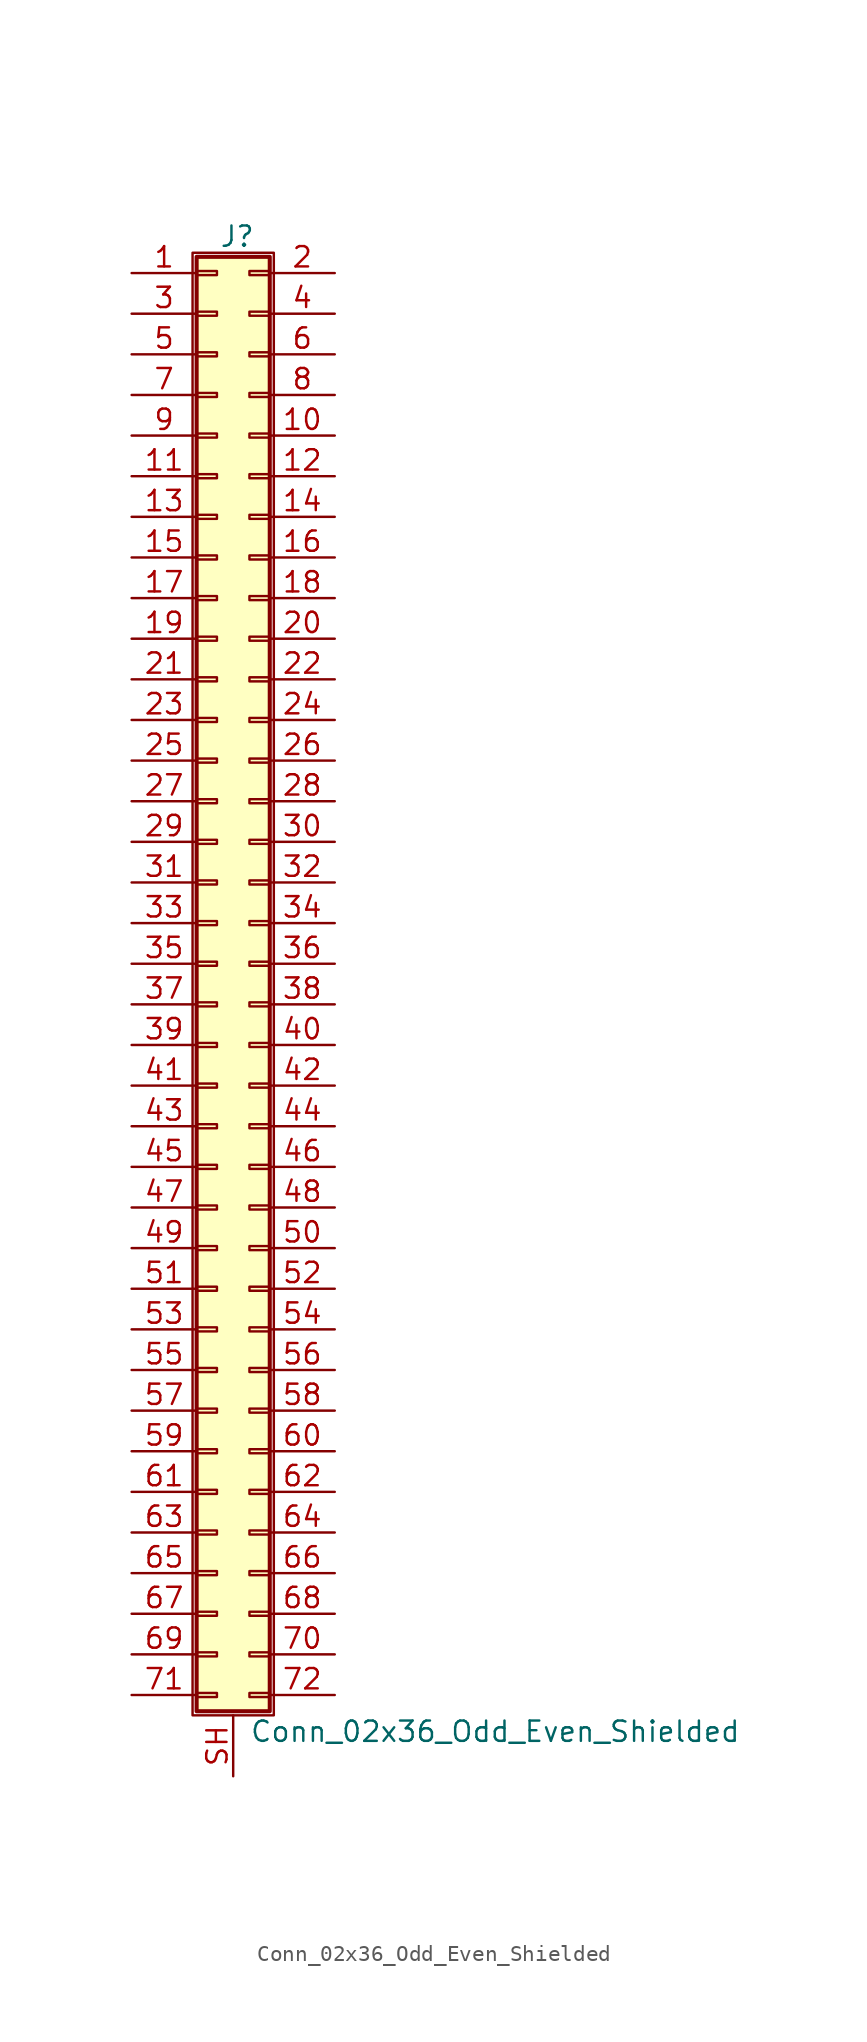
<source format=kicad_sym>
(kicad_symbol_lib
  (version 20211014)
  (generator kicad_symbol_editor)
  (symbol "Conn_02x36_Odd_Even_Shielded"
    (pin_names
      (offset 1.016) hide)
    (property "Reference" "J"
      (at 1.524 45.466 0)
      (effects (font (size 1.27 1.27))))
    (property "Value" "Conn_02x36_Odd_Even_Shielded"
      (at 2.286 -48.006 0)
      (effects (font (size 1.27 1.27)) (justify left)))
    (symbol "Conn_02x36_Odd_Even_Shielded_1_1"
      (rectangle (start -1.27 44.45) (end 3.81 -46.99) (stroke (width 0.152) (type default) (color 0 0 0 0)) (fill (type none)))
      (rectangle (start -1.016 -45.593) (end 0.254 -45.847) (stroke (width 0.152) (type default) (color 0 0 0 0)) (fill (type none)))
      (rectangle (start -1.016 -43.053) (end 0.254 -43.307) (stroke (width 0.152) (type default) (color 0 0 0 0)) (fill (type none)))
      (rectangle (start -1.016 -40.513) (end 0.254 -40.767) (stroke (width 0.152) (type default) (color 0 0 0 0)) (fill (type none)))
      (rectangle (start -1.016 -37.973) (end 0.254 -38.227) (stroke (width 0.152) (type default) (color 0 0 0 0)) (fill (type none)))
      (rectangle (start -1.016 -35.433) (end 0.254 -35.687) (stroke (width 0.152) (type default) (color 0 0 0 0)) (fill (type none)))
      (rectangle (start -1.016 -32.893) (end 0.254 -33.147) (stroke (width 0.152) (type default) (color 0 0 0 0)) (fill (type none)))
      (rectangle (start -1.016 -30.353) (end 0.254 -30.607) (stroke (width 0.152) (type default) (color 0 0 0 0)) (fill (type none)))
      (rectangle (start -1.016 -27.813) (end 0.254 -28.067) (stroke (width 0.152) (type default) (color 0 0 0 0)) (fill (type none)))
      (rectangle (start -1.016 -25.273) (end 0.254 -25.527) (stroke (width 0.152) (type default) (color 0 0 0 0)) (fill (type none)))
      (rectangle (start -1.016 -22.733) (end 0.254 -22.987) (stroke (width 0.152) (type default) (color 0 0 0 0)) (fill (type none)))
      (rectangle (start -1.016 -20.193) (end 0.254 -20.447) (stroke (width 0.152) (type default) (color 0 0 0 0)) (fill (type none)))
      (rectangle (start -1.016 -17.653) (end 0.254 -17.907) (stroke (width 0.152) (type default) (color 0 0 0 0)) (fill (type none)))
      (rectangle (start -1.016 -15.113) (end 0.254 -15.367) (stroke (width 0.152) (type default) (color 0 0 0 0)) (fill (type none)))
      (rectangle (start -1.016 -12.573) (end 0.254 -12.827) (stroke (width 0.152) (type default) (color 0 0 0 0)) (fill (type none)))
      (rectangle (start -1.016 -10.033) (end 0.254 -10.287) (stroke (width 0.152) (type default) (color 0 0 0 0)) (fill (type none)))
      (rectangle (start -1.016 -7.493) (end 0.254 -7.747) (stroke (width 0.152) (type default) (color 0 0 0 0)) (fill (type none)))
      (rectangle (start -1.016 -4.953) (end 0.254 -5.207) (stroke (width 0.152) (type default) (color 0 0 0 0)) (fill (type none)))
      (rectangle (start -1.016 -2.413) (end 0.254 -2.667) (stroke (width 0.152) (type default) (color 0 0 0 0)) (fill (type none)))
      (rectangle (start -1.016 0.127) (end 0.254 -0.127) (stroke (width 0.152) (type default) (color 0 0 0 0)) (fill (type none)))
      (rectangle (start -1.016 2.667) (end 0.254 2.413) (stroke (width 0.152) (type default) (color 0 0 0 0)) (fill (type none)))
      (rectangle (start -1.016 5.207) (end 0.254 4.953) (stroke (width 0.152) (type default) (color 0 0 0 0)) (fill (type none)))
      (rectangle (start -1.016 7.747) (end 0.254 7.493) (stroke (width 0.152) (type default) (color 0 0 0 0)) (fill (type none)))
      (rectangle (start -1.016 10.287) (end 0.254 10.033) (stroke (width 0.152) (type default) (color 0 0 0 0)) (fill (type none)))
      (rectangle (start -1.016 12.827) (end 0.254 12.573) (stroke (width 0.152) (type default) (color 0 0 0 0)) (fill (type none)))
      (rectangle (start -1.016 15.367) (end 0.254 15.113) (stroke (width 0.152) (type default) (color 0 0 0 0)) (fill (type none)))
      (rectangle (start -1.016 17.907) (end 0.254 17.653) (stroke (width 0.152) (type default) (color 0 0 0 0)) (fill (type none)))
      (rectangle (start -1.016 20.447) (end 0.254 20.193) (stroke (width 0.152) (type default) (color 0 0 0 0)) (fill (type none)))
      (rectangle (start -1.016 22.987) (end 0.254 22.733) (stroke (width 0.152) (type default) (color 0 0 0 0)) (fill (type none)))
      (rectangle (start -1.016 25.527) (end 0.254 25.273) (stroke (width 0.152) (type default) (color 0 0 0 0)) (fill (type none)))
      (rectangle (start -1.016 28.067) (end 0.254 27.813) (stroke (width 0.152) (type default) (color 0 0 0 0)) (fill (type none)))
      (rectangle (start -1.016 30.607) (end 0.254 30.353) (stroke (width 0.152) (type default) (color 0 0 0 0)) (fill (type none)))
      (rectangle (start -1.016 33.147) (end 0.254 32.893) (stroke (width 0.152) (type default) (color 0 0 0 0)) (fill (type none)))
      (rectangle (start -1.016 35.687) (end 0.254 35.433) (stroke (width 0.152) (type default) (color 0 0 0 0)) (fill (type none)))
      (rectangle (start -1.016 38.227) (end 0.254 37.973) (stroke (width 0.152) (type default) (color 0 0 0 0)) (fill (type none)))
      (rectangle (start -1.016 40.767) (end 0.254 40.513) (stroke (width 0.152) (type default) (color 0 0 0 0)) (fill (type none)))
      (rectangle (start -1.016 43.307) (end 0.254 43.053) (stroke (width 0.152) (type default) (color 0 0 0 0)) (fill (type none)))
      (rectangle (start -1.016 44.196) (end 3.556 -46.736) (stroke (width 0.254) (type default) (color 0 0 0 0)) (fill (type background)))
      (rectangle (start 3.556 -45.593) (end 2.286 -45.847) (stroke (width 0.152) (type default) (color 0 0 0 0)) (fill (type none)))
      (rectangle (start 3.556 -43.053) (end 2.286 -43.307) (stroke (width 0.152) (type default) (color 0 0 0 0)) (fill (type none)))
      (rectangle (start 3.556 -40.513) (end 2.286 -40.767) (stroke (width 0.152) (type default) (color 0 0 0 0)) (fill (type none)))
      (rectangle (start 3.556 -37.973) (end 2.286 -38.227) (stroke (width 0.152) (type default) (color 0 0 0 0)) (fill (type none)))
      (rectangle (start 3.556 -35.433) (end 2.286 -35.687) (stroke (width 0.152) (type default) (color 0 0 0 0)) (fill (type none)))
      (rectangle (start 3.556 -32.893) (end 2.286 -33.147) (stroke (width 0.152) (type default) (color 0 0 0 0)) (fill (type none)))
      (rectangle (start 3.556 -30.353) (end 2.286 -30.607) (stroke (width 0.152) (type default) (color 0 0 0 0)) (fill (type none)))
      (rectangle (start 3.556 -27.813) (end 2.286 -28.067) (stroke (width 0.152) (type default) (color 0 0 0 0)) (fill (type none)))
      (rectangle (start 3.556 -25.273) (end 2.286 -25.527) (stroke (width 0.152) (type default) (color 0 0 0 0)) (fill (type none)))
      (rectangle (start 3.556 -22.733) (end 2.286 -22.987) (stroke (width 0.152) (type default) (color 0 0 0 0)) (fill (type none)))
      (rectangle (start 3.556 -20.193) (end 2.286 -20.447) (stroke (width 0.152) (type default) (color 0 0 0 0)) (fill (type none)))
      (rectangle (start 3.556 -17.653) (end 2.286 -17.907) (stroke (width 0.152) (type default) (color 0 0 0 0)) (fill (type none)))
      (rectangle (start 3.556 -15.113) (end 2.286 -15.367) (stroke (width 0.152) (type default) (color 0 0 0 0)) (fill (type none)))
      (rectangle (start 3.556 -12.573) (end 2.286 -12.827) (stroke (width 0.152) (type default) (color 0 0 0 0)) (fill (type none)))
      (rectangle (start 3.556 -10.033) (end 2.286 -10.287) (stroke (width 0.152) (type default) (color 0 0 0 0)) (fill (type none)))
      (rectangle (start 3.556 -7.493) (end 2.286 -7.747) (stroke (width 0.152) (type default) (color 0 0 0 0)) (fill (type none)))
      (rectangle (start 3.556 -4.953) (end 2.286 -5.207) (stroke (width 0.152) (type default) (color 0 0 0 0)) (fill (type none)))
      (rectangle (start 3.556 -2.413) (end 2.286 -2.667) (stroke (width 0.152) (type default) (color 0 0 0 0)) (fill (type none)))
      (rectangle (start 3.556 0.127) (end 2.286 -0.127) (stroke (width 0.152) (type default) (color 0 0 0 0)) (fill (type none)))
      (rectangle (start 3.556 2.667) (end 2.286 2.413) (stroke (width 0.152) (type default) (color 0 0 0 0)) (fill (type none)))
      (rectangle (start 3.556 5.207) (end 2.286 4.953) (stroke (width 0.152) (type default) (color 0 0 0 0)) (fill (type none)))
      (rectangle (start 3.556 7.747) (end 2.286 7.493) (stroke (width 0.152) (type default) (color 0 0 0 0)) (fill (type none)))
      (rectangle (start 3.556 10.287) (end 2.286 10.033) (stroke (width 0.152) (type default) (color 0 0 0 0)) (fill (type none)))
      (rectangle (start 3.556 12.827) (end 2.286 12.573) (stroke (width 0.152) (type default) (color 0 0 0 0)) (fill (type none)))
      (rectangle (start 3.556 15.367) (end 2.286 15.113) (stroke (width 0.152) (type default) (color 0 0 0 0)) (fill (type none)))
      (rectangle (start 3.556 17.907) (end 2.286 17.653) (stroke (width 0.152) (type default) (color 0 0 0 0)) (fill (type none)))
      (rectangle (start 3.556 20.447) (end 2.286 20.193) (stroke (width 0.152) (type default) (color 0 0 0 0)) (fill (type none)))
      (rectangle (start 3.556 22.987) (end 2.286 22.733) (stroke (width 0.152) (type default) (color 0 0 0 0)) (fill (type none)))
      (rectangle (start 3.556 25.527) (end 2.286 25.273) (stroke (width 0.152) (type default) (color 0 0 0 0)) (fill (type none)))
      (rectangle (start 3.556 28.067) (end 2.286 27.813) (stroke (width 0.152) (type default) (color 0 0 0 0)) (fill (type none)))
      (rectangle (start 3.556 30.607) (end 2.286 30.353) (stroke (width 0.152) (type default) (color 0 0 0 0)) (fill (type none)))
      (rectangle (start 3.556 33.147) (end 2.286 32.893) (stroke (width 0.152) (type default) (color 0 0 0 0)) (fill (type none)))
      (rectangle (start 3.556 35.687) (end 2.286 35.433) (stroke (width 0.152) (type default) (color 0 0 0 0)) (fill (type none)))
      (rectangle (start 3.556 38.227) (end 2.286 37.973) (stroke (width 0.152) (type default) (color 0 0 0 0)) (fill (type none)))
      (rectangle (start 3.556 40.767) (end 2.286 40.513) (stroke (width 0.152) (type default) (color 0 0 0 0)) (fill (type none)))
      (rectangle (start 3.556 43.307) (end 2.286 43.053) (stroke (width 0.152) (type default) (color 0 0 0 0)) (fill (type none)))
      (pin passive line (at -5.08 43.18 0) (length 4.064) (name "Pin_1" (effects (font (size 1.27 1.27)))) (number "1" (effects (font (size 1.27 1.27)))))
      (pin passive line (at 7.62 33.02 180) (length 4.064) (name "Pin_10" (effects (font (size 1.27 1.27)))) (number "10" (effects (font (size 1.27 1.27)))))
      (pin passive line (at -5.08 30.48 0) (length 4.064) (name "Pin_11" (effects (font (size 1.27 1.27)))) (number "11" (effects (font (size 1.27 1.27)))))
      (pin passive line (at 7.62 30.48 180) (length 4.064) (name "Pin_12" (effects (font (size 1.27 1.27)))) (number "12" (effects (font (size 1.27 1.27)))))
      (pin passive line (at -5.08 27.94 0) (length 4.064) (name "Pin_13" (effects (font (size 1.27 1.27)))) (number "13" (effects (font (size 1.27 1.27)))))
      (pin passive line (at 7.62 27.94 180) (length 4.064) (name "Pin_14" (effects (font (size 1.27 1.27)))) (number "14" (effects (font (size 1.27 1.27)))))
      (pin passive line (at -5.08 25.4 0) (length 4.064) (name "Pin_15" (effects (font (size 1.27 1.27)))) (number "15" (effects (font (size 1.27 1.27)))))
      (pin passive line (at 7.62 25.4 180) (length 4.064) (name "Pin_16" (effects (font (size 1.27 1.27)))) (number "16" (effects (font (size 1.27 1.27)))))
      (pin passive line (at -5.08 22.86 0) (length 4.064) (name "Pin_17" (effects (font (size 1.27 1.27)))) (number "17" (effects (font (size 1.27 1.27)))))
      (pin passive line (at 7.62 22.86 180) (length 4.064) (name "Pin_18" (effects (font (size 1.27 1.27)))) (number "18" (effects (font (size 1.27 1.27)))))
      (pin passive line (at -5.08 20.32 0) (length 4.064) (name "Pin_19" (effects (font (size 1.27 1.27)))) (number "19" (effects (font (size 1.27 1.27)))))
      (pin passive line (at 7.62 43.18 180) (length 4.064) (name "Pin_2" (effects (font (size 1.27 1.27)))) (number "2" (effects (font (size 1.27 1.27)))))
      (pin passive line (at 7.62 20.32 180) (length 4.064) (name "Pin_20" (effects (font (size 1.27 1.27)))) (number "20" (effects (font (size 1.27 1.27)))))
      (pin passive line (at -5.08 17.78 0) (length 4.064) (name "Pin_21" (effects (font (size 1.27 1.27)))) (number "21" (effects (font (size 1.27 1.27)))))
      (pin passive line (at 7.62 17.78 180) (length 4.064) (name "Pin_22" (effects (font (size 1.27 1.27)))) (number "22" (effects (font (size 1.27 1.27)))))
      (pin passive line (at -5.08 15.24 0) (length 4.064) (name "Pin_23" (effects (font (size 1.27 1.27)))) (number "23" (effects (font (size 1.27 1.27)))))
      (pin passive line (at 7.62 15.24 180) (length 4.064) (name "Pin_24" (effects (font (size 1.27 1.27)))) (number "24" (effects (font (size 1.27 1.27)))))
      (pin passive line (at -5.08 12.7 0) (length 4.064) (name "Pin_25" (effects (font (size 1.27 1.27)))) (number "25" (effects (font (size 1.27 1.27)))))
      (pin passive line (at 7.62 12.7 180) (length 4.064) (name "Pin_26" (effects (font (size 1.27 1.27)))) (number "26" (effects (font (size 1.27 1.27)))))
      (pin passive line (at -5.08 10.16 0) (length 4.064) (name "Pin_27" (effects (font (size 1.27 1.27)))) (number "27" (effects (font (size 1.27 1.27)))))
      (pin passive line (at 7.62 10.16 180) (length 4.064) (name "Pin_28" (effects (font (size 1.27 1.27)))) (number "28" (effects (font (size 1.27 1.27)))))
      (pin passive line (at -5.08 7.62 0) (length 4.064) (name "Pin_29" (effects (font (size 1.27 1.27)))) (number "29" (effects (font (size 1.27 1.27)))))
      (pin passive line (at -5.08 40.64 0) (length 4.064) (name "Pin_3" (effects (font (size 1.27 1.27)))) (number "3" (effects (font (size 1.27 1.27)))))
      (pin passive line (at 7.62 7.62 180) (length 4.064) (name "Pin_30" (effects (font (size 1.27 1.27)))) (number "30" (effects (font (size 1.27 1.27)))))
      (pin passive line (at -5.08 5.08 0) (length 4.064) (name "Pin_31" (effects (font (size 1.27 1.27)))) (number "31" (effects (font (size 1.27 1.27)))))
      (pin passive line (at 7.62 5.08 180) (length 4.064) (name "Pin_32" (effects (font (size 1.27 1.27)))) (number "32" (effects (font (size 1.27 1.27)))))
      (pin passive line (at -5.08 2.54 0) (length 4.064) (name "Pin_33" (effects (font (size 1.27 1.27)))) (number "33" (effects (font (size 1.27 1.27)))))
      (pin passive line (at 7.62 2.54 180) (length 4.064) (name "Pin_34" (effects (font (size 1.27 1.27)))) (number "34" (effects (font (size 1.27 1.27)))))
      (pin passive line (at -5.08 0 0) (length 4.064) (name "Pin_35" (effects (font (size 1.27 1.27)))) (number "35" (effects (font (size 1.27 1.27)))))
      (pin passive line (at 7.62 0 180) (length 4.064) (name "Pin_36" (effects (font (size 1.27 1.27)))) (number "36" (effects (font (size 1.27 1.27)))))
      (pin passive line (at -5.08 -2.54 0) (length 4.064) (name "Pin_37" (effects (font (size 1.27 1.27)))) (number "37" (effects (font (size 1.27 1.27)))))
      (pin passive line (at 7.62 -2.54 180) (length 4.064) (name "Pin_38" (effects (font (size 1.27 1.27)))) (number "38" (effects (font (size 1.27 1.27)))))
      (pin passive line (at -5.08 -5.08 0) (length 4.064) (name "Pin_39" (effects (font (size 1.27 1.27)))) (number "39" (effects (font (size 1.27 1.27)))))
      (pin passive line (at 7.62 40.64 180) (length 4.064) (name "Pin_4" (effects (font (size 1.27 1.27)))) (number "4" (effects (font (size 1.27 1.27)))))
      (pin passive line (at 7.62 -5.08 180) (length 4.064) (name "Pin_40" (effects (font (size 1.27 1.27)))) (number "40" (effects (font (size 1.27 1.27)))))
      (pin passive line (at -5.08 -7.62 0) (length 4.064) (name "Pin_41" (effects (font (size 1.27 1.27)))) (number "41" (effects (font (size 1.27 1.27)))))
      (pin passive line (at 7.62 -7.62 180) (length 4.064) (name "Pin_42" (effects (font (size 1.27 1.27)))) (number "42" (effects (font (size 1.27 1.27)))))
      (pin passive line (at -5.08 -10.16 0) (length 4.064) (name "Pin_43" (effects (font (size 1.27 1.27)))) (number "43" (effects (font (size 1.27 1.27)))))
      (pin passive line (at 7.62 -10.16 180) (length 4.064) (name "Pin_44" (effects (font (size 1.27 1.27)))) (number "44" (effects (font (size 1.27 1.27)))))
      (pin passive line (at -5.08 -12.7 0) (length 4.064) (name "Pin_45" (effects (font (size 1.27 1.27)))) (number "45" (effects (font (size 1.27 1.27)))))
      (pin passive line (at 7.62 -12.7 180) (length 4.064) (name "Pin_46" (effects (font (size 1.27 1.27)))) (number "46" (effects (font (size 1.27 1.27)))))
      (pin passive line (at -5.08 -15.24 0) (length 4.064) (name "Pin_47" (effects (font (size 1.27 1.27)))) (number "47" (effects (font (size 1.27 1.27)))))
      (pin passive line (at 7.62 -15.24 180) (length 4.064) (name "Pin_48" (effects (font (size 1.27 1.27)))) (number "48" (effects (font (size 1.27 1.27)))))
      (pin passive line (at -5.08 -17.78 0) (length 4.064) (name "Pin_49" (effects (font (size 1.27 1.27)))) (number "49" (effects (font (size 1.27 1.27)))))
      (pin passive line (at -5.08 38.1 0) (length 4.064) (name "Pin_5" (effects (font (size 1.27 1.27)))) (number "5" (effects (font (size 1.27 1.27)))))
      (pin passive line (at 7.62 -17.78 180) (length 4.064) (name "Pin_50" (effects (font (size 1.27 1.27)))) (number "50" (effects (font (size 1.27 1.27)))))
      (pin passive line (at -5.08 -20.32 0) (length 4.064) (name "Pin_51" (effects (font (size 1.27 1.27)))) (number "51" (effects (font (size 1.27 1.27)))))
      (pin passive line (at 7.62 -20.32 180) (length 4.064) (name "Pin_52" (effects (font (size 1.27 1.27)))) (number "52" (effects (font (size 1.27 1.27)))))
      (pin passive line (at -5.08 -22.86 0) (length 4.064) (name "Pin_53" (effects (font (size 1.27 1.27)))) (number "53" (effects (font (size 1.27 1.27)))))
      (pin passive line (at 7.62 -22.86 180) (length 4.064) (name "Pin_54" (effects (font (size 1.27 1.27)))) (number "54" (effects (font (size 1.27 1.27)))))
      (pin passive line (at -5.08 -25.4 0) (length 4.064) (name "Pin_55" (effects (font (size 1.27 1.27)))) (number "55" (effects (font (size 1.27 1.27)))))
      (pin passive line (at 7.62 -25.4 180) (length 4.064) (name "Pin_56" (effects (font (size 1.27 1.27)))) (number "56" (effects (font (size 1.27 1.27)))))
      (pin passive line (at -5.08 -27.94 0) (length 4.064) (name "Pin_57" (effects (font (size 1.27 1.27)))) (number "57" (effects (font (size 1.27 1.27)))))
      (pin passive line (at 7.62 -27.94 180) (length 4.064) (name "Pin_58" (effects (font (size 1.27 1.27)))) (number "58" (effects (font (size 1.27 1.27)))))
      (pin passive line (at -5.08 -30.48 0) (length 4.064) (name "Pin_59" (effects (font (size 1.27 1.27)))) (number "59" (effects (font (size 1.27 1.27)))))
      (pin passive line (at 7.62 38.1 180) (length 4.064) (name "Pin_6" (effects (font (size 1.27 1.27)))) (number "6" (effects (font (size 1.27 1.27)))))
      (pin passive line (at 7.62 -30.48 180) (length 4.064) (name "Pin_60" (effects (font (size 1.27 1.27)))) (number "60" (effects (font (size 1.27 1.27)))))
      (pin passive line (at -5.08 -33.02 0) (length 4.064) (name "Pin_61" (effects (font (size 1.27 1.27)))) (number "61" (effects (font (size 1.27 1.27)))))
      (pin passive line (at 7.62 -33.02 180) (length 4.064) (name "Pin_62" (effects (font (size 1.27 1.27)))) (number "62" (effects (font (size 1.27 1.27)))))
      (pin passive line (at -5.08 -35.56 0) (length 4.064) (name "Pin_63" (effects (font (size 1.27 1.27)))) (number "63" (effects (font (size 1.27 1.27)))))
      (pin passive line (at 7.62 -35.56 180) (length 4.064) (name "Pin_64" (effects (font (size 1.27 1.27)))) (number "64" (effects (font (size 1.27 1.27)))))
      (pin passive line (at -5.08 -38.1 0) (length 4.064) (name "Pin_65" (effects (font (size 1.27 1.27)))) (number "65" (effects (font (size 1.27 1.27)))))
      (pin passive line (at 7.62 -38.1 180) (length 4.064) (name "Pin_66" (effects (font (size 1.27 1.27)))) (number "66" (effects (font (size 1.27 1.27)))))
      (pin passive line (at -5.08 -40.64 0) (length 4.064) (name "Pin_67" (effects (font (size 1.27 1.27)))) (number "67" (effects (font (size 1.27 1.27)))))
      (pin passive line (at 7.62 -40.64 180) (length 4.064) (name "Pin_68" (effects (font (size 1.27 1.27)))) (number "68" (effects (font (size 1.27 1.27)))))
      (pin passive line (at -5.08 -43.18 0) (length 4.064) (name "Pin_69" (effects (font (size 1.27 1.27)))) (number "69" (effects (font (size 1.27 1.27)))))
      (pin passive line (at -5.08 35.56 0) (length 4.064) (name "Pin_7" (effects (font (size 1.27 1.27)))) (number "7" (effects (font (size 1.27 1.27)))))
      (pin passive line (at 7.62 -43.18 180) (length 4.064) (name "Pin_70" (effects (font (size 1.27 1.27)))) (number "70" (effects (font (size 1.27 1.27)))))
      (pin passive line (at -5.08 -45.72 0) (length 4.064) (name "Pin_71" (effects (font (size 1.27 1.27)))) (number "71" (effects (font (size 1.27 1.27)))))
      (pin passive line (at 7.62 -45.72 180) (length 4.064) (name "Pin_72" (effects (font (size 1.27 1.27)))) (number "72" (effects (font (size 1.27 1.27)))))
      (pin passive line (at 7.62 35.56 180) (length 4.064) (name "Pin_8" (effects (font (size 1.27 1.27)))) (number "8" (effects (font (size 1.27 1.27)))))
      (pin passive line (at -5.08 33.02 0) (length 4.064) (name "Pin_9" (effects (font (size 1.27 1.27)))) (number "9" (effects (font (size 1.27 1.27)))))
      (pin passive line (at 1.27 -50.8 90) (length 3.81) (name "Shield" (effects (font (size 1.27 1.27)))) (number "SH" (effects (font (size 1.27 1.27))))))))
</source>
